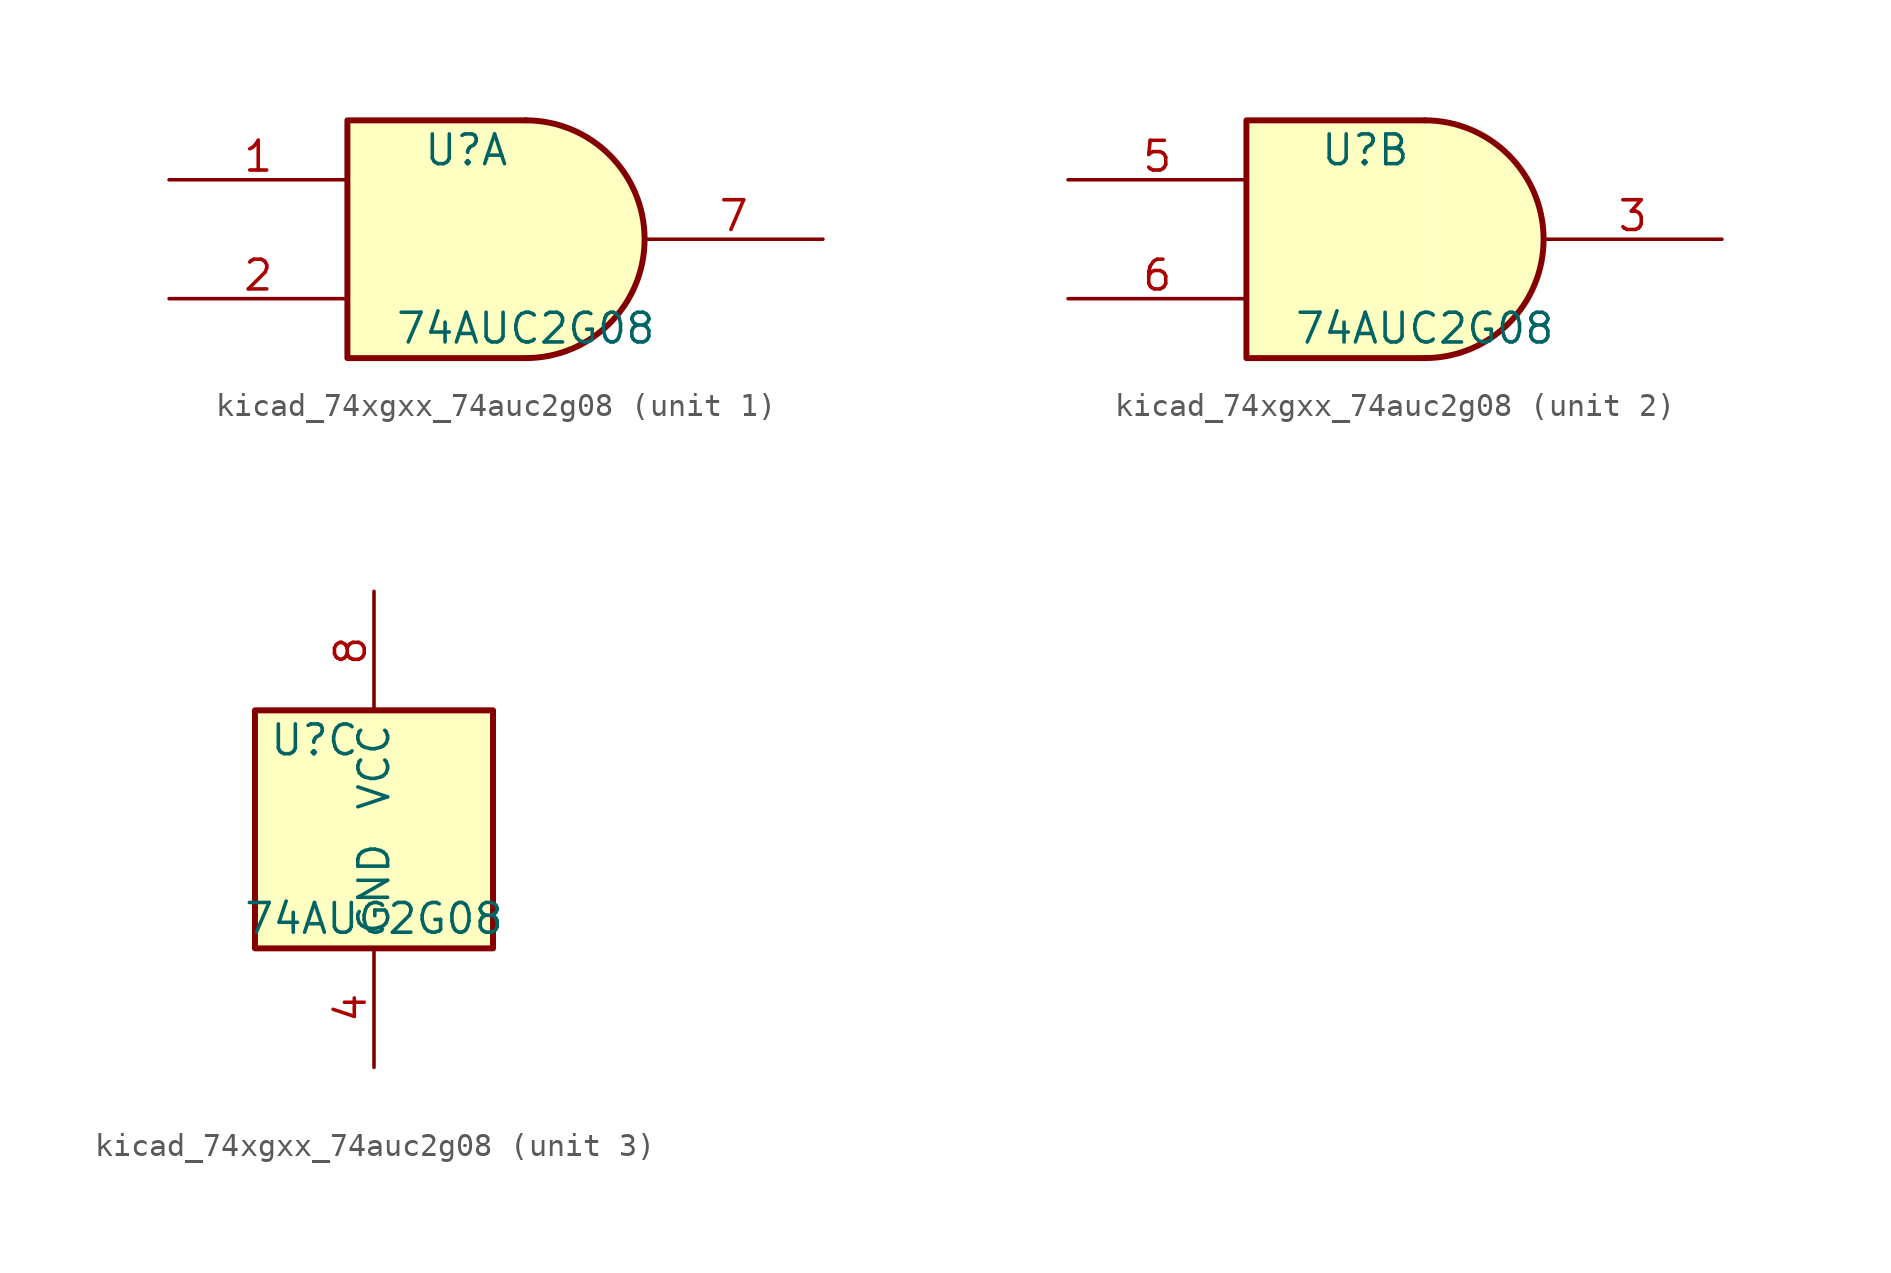
<source format=kicad_sym>
(kicad_symbol_lib
  (version 20220914)
  (generator kicad_symbol_editor)
  (symbol "kicad_74xgxx_74auc2g08"
    (property "Reference" "U"
      (at -2.54 3.81 0)
      (effects (font (size 1.27 1.27))))
    (property "Value" "74AUC2G08"
      (at 0 -3.81 0)
      (effects (font (size 1.27 1.27))))
    (symbol "kicad_74xgxx_74auc2g08_1_1"
      (arc (start 0 -5.08) (mid 5.0579 0) (end 0 5.08) (stroke (width 0.254) (type default)) (fill (type background)))
      (polyline (pts (xy 0 -5.08) (xy -7.62 -5.08) (xy -7.62 5.08) (xy 0 5.08)) (stroke (width 0.254) (type default)) (fill (type background)))
      (pin input line (at -15.24 2.54 0) (length 7.62) (name "~" (effects (font (size 1.27 1.27)))) (number "1" (effects (font (size 1.27 1.27)))))
      (pin input line (at -15.24 -2.54 0) (length 7.62) (name "~" (effects (font (size 1.27 1.27)))) (number "2" (effects (font (size 1.27 1.27)))))
      (pin output line (at 12.7 0 180) (length 7.62) (name "~" (effects (font (size 1.27 1.27)))) (number "7" (effects (font (size 1.27 1.27))))))
    (symbol "kicad_74xgxx_74auc2g08_2_1"
      (arc (start 0 -5.08) (mid 5.0579 0) (end 0 5.08) (stroke (width 0.254) (type default)) (fill (type background)))
      (polyline (pts (xy 0 -5.08) (xy -7.62 -5.08) (xy -7.62 5.08) (xy 0 5.08)) (stroke (width 0.254) (type default)) (fill (type background)))
      (pin output line (at 12.7 0 180) (length 7.62) (name "~" (effects (font (size 1.27 1.27)))) (number "3" (effects (font (size 1.27 1.27)))))
      (pin input line (at -15.24 2.54 0) (length 7.62) (name "~" (effects (font (size 1.27 1.27)))) (number "5" (effects (font (size 1.27 1.27)))))
      (pin input line (at -15.24 -2.54 0) (length 7.62) (name "~" (effects (font (size 1.27 1.27)))) (number "6" (effects (font (size 1.27 1.27))))))
    (symbol "kicad_74xgxx_74auc2g08_3_0"
      (rectangle (start -5.08 -5.08) (end 5.08 5.08) (stroke (width 0.254) (type default)) (fill (type background))))
    (symbol "kicad_74xgxx_74auc2g08_3_1"
      (pin power_in line (at 0 -10.16 90) (length 5.08) (name "GND" (effects (font (size 1.27 1.27)))) (number "4" (effects (font (size 1.27 1.27)))))
      (pin power_in line (at 0 10.16 270) (length 5.08) (name "VCC" (effects (font (size 1.27 1.27)))) (number "8" (effects (font (size 1.27 1.27))))))))
</source>
